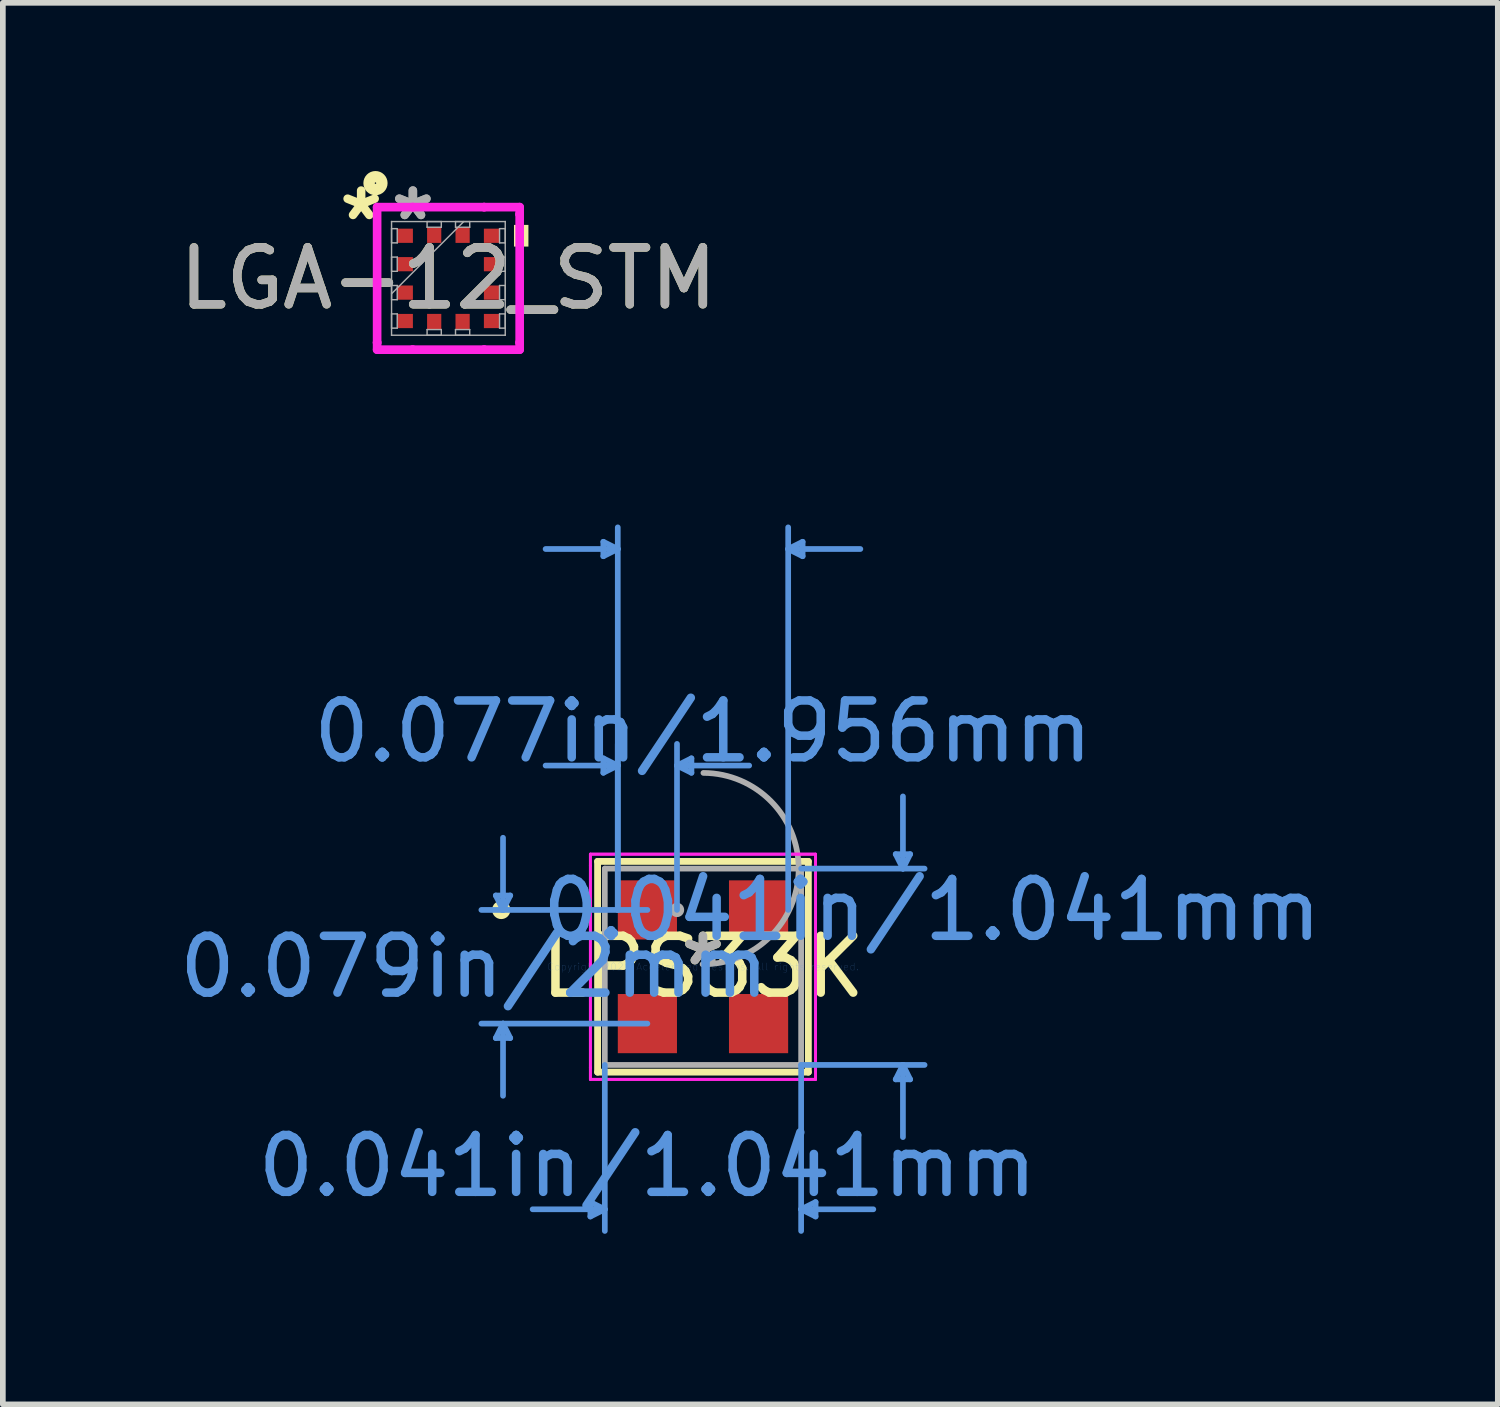
<source format=kicad_pcb>
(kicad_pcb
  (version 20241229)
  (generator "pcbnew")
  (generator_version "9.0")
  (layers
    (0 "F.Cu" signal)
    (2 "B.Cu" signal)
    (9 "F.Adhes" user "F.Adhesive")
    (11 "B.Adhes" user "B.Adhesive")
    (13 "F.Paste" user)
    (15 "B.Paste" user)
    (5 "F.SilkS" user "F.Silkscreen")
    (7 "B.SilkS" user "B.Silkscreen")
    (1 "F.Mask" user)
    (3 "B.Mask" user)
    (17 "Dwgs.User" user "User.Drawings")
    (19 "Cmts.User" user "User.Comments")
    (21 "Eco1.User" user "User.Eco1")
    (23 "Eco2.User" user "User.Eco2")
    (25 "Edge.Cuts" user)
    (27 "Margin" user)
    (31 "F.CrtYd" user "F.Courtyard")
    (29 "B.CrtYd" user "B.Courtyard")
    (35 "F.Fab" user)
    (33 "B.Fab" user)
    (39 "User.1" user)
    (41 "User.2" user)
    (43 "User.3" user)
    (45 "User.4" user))
  (footprint "LGA-12_STM"
    (layer "F.Cu")
    (at 4.839 1.848)
    (property "Reference" "LGA-12_STM" (at 0 0 0) (unlocked yes) (layer "F.SilkS") (effects (font (size 1 1) (thickness 0.15))))
    (attr smd)
    (fp_circle (center -1.283 -1.676) (end -1.283 -1.663) (stroke (width 0.2) (type solid)) (fill no) (layer "F.SilkS"))
    (fp_poly (pts (xy 1.408 -0.941) (xy 1.408 -0.56) (xy 1.154 -0.56) (xy 1.154 -0.941)) (stroke (width 0) (type solid)) (fill yes) (layer "F.SilkS"))
    (fp_line (start -1.254 -1.254) (end -0.629 -1.254) (stroke (width 0.152) (type solid)) (layer "F.CrtYd"))
    (fp_line (start -1.254 1.129) (end -1.254 -1.254) (stroke (width 0.152) (type solid)) (layer "F.CrtYd"))
    (fp_line (start -1.254 1.129) (end -1.254 1.129) (stroke (width 0.152) (type solid)) (layer "F.CrtYd"))
    (fp_line (start -1.254 1.254) (end -1.254 1.129) (stroke (width 0.152) (type solid)) (layer "F.CrtYd"))
    (fp_line (start -0.629 -1.254) (end -0.629 -1.254) (stroke (width 0.152) (type solid)) (layer "F.CrtYd"))
    (fp_line (start -0.629 -1.254) (end 0.629 -1.254) (stroke (width 0.152) (type solid)) (layer "F.CrtYd"))
    (fp_line (start -0.629 1.254) (end -1.254 1.254) (stroke (width 0.152) (type solid)) (layer "F.CrtYd"))
    (fp_line (start -0.629 1.254) (end -0.629 1.254) (stroke (width 0.152) (type solid)) (layer "F.CrtYd"))
    (fp_line (start 0.629 -1.254) (end 0.629 -1.254) (stroke (width 0.152) (type solid)) (layer "F.CrtYd"))
    (fp_line (start 0.629 -1.254) (end 1.254 -1.254) (stroke (width 0.152) (type solid)) (layer "F.CrtYd"))
    (fp_line (start 0.629 1.254) (end -0.629 1.254) (stroke (width 0.152) (type solid)) (layer "F.CrtYd"))
    (fp_line (start 0.629 1.254) (end 0.629 1.254) (stroke (width 0.152) (type solid)) (layer "F.CrtYd"))
    (fp_line (start 1.254 -1.254) (end 1.254 -1.129) (stroke (width 0.152) (type solid)) (layer "F.CrtYd"))
    (fp_line (start 1.254 -1.129) (end 1.254 -1.129) (stroke (width 0.152) (type solid)) (layer "F.CrtYd"))
    (fp_line (start 1.254 -1.129) (end 1.254 1.129) (stroke (width 0.152) (type solid)) (layer "F.CrtYd"))
    (fp_line (start 1.254 1.129) (end 1.254 1.129) (stroke (width 0.152) (type solid)) (layer "F.CrtYd"))
    (fp_line (start 1.254 1.129) (end 1.254 1.254) (stroke (width 0.152) (type solid)) (layer "F.CrtYd"))
    (fp_line (start 1.254 1.254) (end 0.629 1.254) (stroke (width 0.152) (type solid)) (layer "F.CrtYd"))
    (fp_line (start -1 -1) (end -1 -1) (stroke (width 0.025) (type solid)) (layer "F.Fab"))
    (fp_line (start -1 -1) (end -1 1) (stroke (width 0.025) (type solid)) (layer "F.Fab"))
    (fp_line (start -1 -0.875) (end -0.9 -0.875) (stroke (width 0.025) (type solid)) (layer "F.Fab"))
    (fp_line (start -1 -0.625) (end -1 -0.875) (stroke (width 0.025) (type solid)) (layer "F.Fab"))
    (fp_line (start -1 -0.375) (end -0.9 -0.375) (stroke (width 0.025) (type solid)) (layer "F.Fab"))
    (fp_line (start -1 -0.125) (end -1 -0.375) (stroke (width 0.025) (type solid)) (layer "F.Fab"))
    (fp_line (start -1 0.125) (end -0.9 0.125) (stroke (width 0.025) (type solid)) (layer "F.Fab"))
    (fp_line (start -1 0.27) (end 0.27 -1) (stroke (width 0.025) (type solid)) (layer "F.Fab"))
    (fp_line (start -1 0.375) (end -1 0.125) (stroke (width 0.025) (type solid)) (layer "F.Fab"))
    (fp_line (start -1 0.625) (end -0.9 0.625) (stroke (width 0.025) (type solid)) (layer "F.Fab"))
    (fp_line (start -1 0.875) (end -1 0.625) (stroke (width 0.025) (type solid)) (layer "F.Fab"))
    (fp_line (start -1 1) (end -1 1) (stroke (width 0.025) (type solid)) (layer "F.Fab"))
    (fp_line (start -1 1) (end 1 1) (stroke (width 0.025) (type solid)) (layer "F.Fab"))
    (fp_line (start -0.9 -0.875) (end -0.9 -0.625) (stroke (width 0.025) (type solid)) (layer "F.Fab"))
    (fp_line (start -0.9 -0.625) (end -1 -0.625) (stroke (width 0.025) (type solid)) (layer "F.Fab"))
    (fp_line (start -0.9 -0.375) (end -0.9 -0.125) (stroke (width 0.025) (type solid)) (layer "F.Fab"))
    (fp_line (start -0.9 -0.125) (end -1 -0.125) (stroke (width 0.025) (type solid)) (layer "F.Fab"))
    (fp_line (start -0.9 0.125) (end -0.9 0.375) (stroke (width 0.025) (type solid)) (layer "F.Fab"))
    (fp_line (start -0.9 0.375) (end -1 0.375) (stroke (width 0.025) (type solid)) (layer "F.Fab"))
    (fp_line (start -0.9 0.625) (end -0.9 0.875) (stroke (width 0.025) (type solid)) (layer "F.Fab"))
    (fp_line (start -0.9 0.875) (end -1 0.875) (stroke (width 0.025) (type solid)) (layer "F.Fab"))
    (fp_line (start -0.375 -1) (end -0.125 -1) (stroke (width 0.025) (type solid)) (layer "F.Fab"))
    (fp_line (start -0.375 -0.9) (end -0.375 -1) (stroke (width 0.025) (type solid)) (layer "F.Fab"))
    (fp_line (start -0.375 0.9) (end -0.125 0.9) (stroke (width 0.025) (type solid)) (layer "F.Fab"))
    (fp_line (start -0.375 1) (end -0.375 0.9) (stroke (width 0.025) (type solid)) (layer "F.Fab"))
    (fp_line (start -0.125 -1) (end -0.125 -0.9) (stroke (width 0.025) (type solid)) (layer "F.Fab"))
    (fp_line (start -0.125 -0.9) (end -0.375 -0.9) (stroke (width 0.025) (type solid)) (layer "F.Fab"))
    (fp_line (start -0.125 0.9) (end -0.125 1) (stroke (width 0.025) (type solid)) (layer "F.Fab"))
    (fp_line (start -0.125 1) (end -0.375 1) (stroke (width 0.025) (type solid)) (layer "F.Fab"))
    (fp_line (start 0.125 -1) (end 0.375 -1) (stroke (width 0.025) (type solid)) (layer "F.Fab"))
    (fp_line (start 0.125 -0.9) (end 0.125 -1) (stroke (width 0.025) (type solid)) (layer "F.Fab"))
    (fp_line (start 0.125 0.9) (end 0.375 0.9) (stroke (width 0.025) (type solid)) (layer "F.Fab"))
    (fp_line (start 0.125 1) (end 0.125 0.9) (stroke (width 0.025) (type solid)) (layer "F.Fab"))
    (fp_line (start 0.375 -1) (end 0.375 -0.9) (stroke (width 0.025) (type solid)) (layer "F.Fab"))
    (fp_line (start 0.375 -0.9) (end 0.125 -0.9) (stroke (width 0.025) (type solid)) (layer "F.Fab"))
    (fp_line (start 0.375 0.9) (end 0.375 1) (stroke (width 0.025) (type solid)) (layer "F.Fab"))
    (fp_line (start 0.375 1) (end 0.125 1) (stroke (width 0.025) (type solid)) (layer "F.Fab"))
    (fp_line (start 0.9 -0.875) (end 1 -0.875) (stroke (width 0.025) (type solid)) (layer "F.Fab"))
    (fp_line (start 0.9 -0.625) (end 0.9 -0.875) (stroke (width 0.025) (type solid)) (layer "F.Fab"))
    (fp_line (start 0.9 -0.375) (end 1 -0.375) (stroke (width 0.025) (type solid)) (layer "F.Fab"))
    (fp_line (start 0.9 -0.125) (end 0.9 -0.375) (stroke (width 0.025) (type solid)) (layer "F.Fab"))
    (fp_line (start 0.9 0.125) (end 1 0.125) (stroke (width 0.025) (type solid)) (layer "F.Fab"))
    (fp_line (start 0.9 0.375) (end 0.9 0.125) (stroke (width 0.025) (type solid)) (layer "F.Fab"))
    (fp_line (start 0.9 0.625) (end 1 0.625) (stroke (width 0.025) (type solid)) (layer "F.Fab"))
    (fp_line (start 0.9 0.875) (end 0.9 0.625) (stroke (width 0.025) (type solid)) (layer "F.Fab"))
    (fp_line (start 1 -1) (end -1 -1) (stroke (width 0.025) (type solid)) (layer "F.Fab"))
    (fp_line (start 1 -1) (end 1 -1) (stroke (width 0.025) (type solid)) (layer "F.Fab"))
    (fp_line (start 1 -0.875) (end 1 -0.625) (stroke (width 0.025) (type solid)) (layer "F.Fab"))
    (fp_line (start 1 -0.625) (end 0.9 -0.625) (stroke (width 0.025) (type solid)) (layer "F.Fab"))
    (fp_line (start 1 -0.375) (end 1 -0.125) (stroke (width 0.025) (type solid)) (layer "F.Fab"))
    (fp_line (start 1 -0.125) (end 0.9 -0.125) (stroke (width 0.025) (type solid)) (layer "F.Fab"))
    (fp_line (start 1 0.125) (end 1 0.375) (stroke (width 0.025) (type solid)) (layer "F.Fab"))
    (fp_line (start 1 0.375) (end 0.9 0.375) (stroke (width 0.025) (type solid)) (layer "F.Fab"))
    (fp_line (start 1 0.625) (end 1 0.875) (stroke (width 0.025) (type solid)) (layer "F.Fab"))
    (fp_line (start 1 0.875) (end 0.9 0.875) (stroke (width 0.025) (type solid)) (layer "F.Fab"))
    (fp_line (start 1 1) (end 1 -1) (stroke (width 0.025) (type solid)) (layer "F.Fab"))
    (fp_line (start 1 1) (end 1 1) (stroke (width 0.025) (type solid)) (layer "F.Fab"))
    (fp_text user "*" (at -1.535 -1 0) (layer "F.SilkS") (effects (font (size 1 1) (thickness 0.15))))
    (fp_text user "${REFERENCE}" (at 0 0 0) (unlocked yes) (layer "F.Fab") (effects (font (size 1 1) (thickness 0.15))))
    (fp_text user "*" (at -0.625 -1 0) (layer "F.Fab") (effects (font (size 1 1) (thickness 0.15))))
    (fp_text user "*" (at -0.625 -1 0) (unlocked yes) (layer "F.Fab") (effects (font (size 1 1) (thickness 0.15))))
    (pad "1" smd rect (at -0.762 -0.75 90) (size 0.25 0.275) (layers "F.Cu" "F.Mask" "F.Paste"))
    (pad "2" smd rect (at -0.762 -0.25 90) (size 0.25 0.275) (layers "F.Cu" "F.Mask" "F.Paste"))
    (pad "3" smd rect (at -0.762 0.25 90) (size 0.25 0.275) (layers "F.Cu" "F.Mask" "F.Paste"))
    (pad "4" smd rect (at -0.762 0.75 90) (size 0.25 0.275) (layers "F.Cu" "F.Mask" "F.Paste"))
    (pad "5" smd rect (at -0.25 0.762) (size 0.25 0.275) (layers "F.Cu" "F.Mask" "F.Paste"))
    (pad "6" smd rect (at 0.25 0.762) (size 0.25 0.275) (layers "F.Cu" "F.Mask" "F.Paste"))
    (pad "7" smd rect (at 0.762 0.75 90) (size 0.25 0.275) (layers "F.Cu" "F.Mask" "F.Paste"))
    (pad "8" smd rect (at 0.762 0.25 90) (size 0.25 0.275) (layers "F.Cu" "F.Mask" "F.Paste"))
    (pad "9" smd rect (at 0.762 -0.25 90) (size 0.25 0.275) (layers "F.Cu" "F.Mask" "F.Paste"))
    (pad "10" smd rect (at 0.762 -0.75 90) (size 0.25 0.275) (layers "F.Cu" "F.Mask" "F.Paste"))
    (pad "11" smd rect (at 0.25 -0.762) (size 0.25 0.275) (layers "F.Cu" "F.Mask" "F.Paste"))
    (pad "12" smd rect (at -0.25 -0.762) (size 0.25 0.275) (layers "F.Cu" "F.Mask" "F.Paste")))
  (footprint "LPS33K"
    (layer "F.Cu")
    (at 9.318 13.959)
    (property "Reference" "LPS33K" (at 0 0 0) (layer "F.SilkS") (effects (font (size 1 1) (thickness 0.15))))
    (attr through_hole)
    (fp_line (start -1.854 -1.854) (end -1.854 1.854) (stroke (width 0.12) (type solid)) (layer "F.SilkS"))
    (fp_line (start -1.854 1.854) (end 1.854 1.854) (stroke (width 0.12) (type solid)) (layer "F.SilkS"))
    (fp_line (start 1.854 -1.854) (end -1.854 -1.854) (stroke (width 0.12) (type solid)) (layer "F.SilkS"))
    (fp_line (start 1.854 1.854) (end 1.854 -1.854) (stroke (width 0.12) (type solid)) (layer "F.SilkS"))
    (fp_circle (center -3.549 -1) (end -3.448 -1) (stroke (width 0.12) (type solid)) (fill no) (layer "F.SilkS"))
    (fp_line (start -3.645 -1.254) (end -3.391 -1.254) (stroke (width 0.1) (type solid)) (layer "Cmts.User"))
    (fp_line (start -3.645 1.254) (end -3.391 1.254) (stroke (width 0.1) (type solid)) (layer "Cmts.User"))
    (fp_line (start -3.518 -1) (end -3.645 -1.254) (stroke (width 0.1) (type solid)) (layer "Cmts.User"))
    (fp_line (start -3.518 -1) (end -3.518 -2.27) (stroke (width 0.1) (type solid)) (layer "Cmts.User"))
    (fp_line (start -3.518 -1) (end -3.391 -1.254) (stroke (width 0.1) (type solid)) (layer "Cmts.User"))
    (fp_line (start -3.518 1) (end -3.645 1.254) (stroke (width 0.1) (type solid)) (layer "Cmts.User"))
    (fp_line (start -3.518 1) (end -3.518 2.27) (stroke (width 0.1) (type solid)) (layer "Cmts.User"))
    (fp_line (start -3.518 1) (end -3.391 1.254) (stroke (width 0.1) (type solid)) (layer "Cmts.User"))
    (fp_line (start -1.981 4.14) (end -1.981 4.394) (stroke (width 0.1) (type solid)) (layer "Cmts.User"))
    (fp_line (start -1.753 -7.477) (end -1.753 -7.223) (stroke (width 0.1) (type solid)) (layer "Cmts.User"))
    (fp_line (start -1.753 -3.667) (end -1.753 -3.413) (stroke (width 0.1) (type solid)) (layer "Cmts.User"))
    (fp_line (start -1.727 1.727) (end -1.727 4.648) (stroke (width 0.1) (type solid)) (layer "Cmts.User"))
    (fp_line (start -1.727 4.267) (end -2.997 4.267) (stroke (width 0.1) (type solid)) (layer "Cmts.User"))
    (fp_line (start -1.727 4.267) (end -1.981 4.14) (stroke (width 0.1) (type solid)) (layer "Cmts.User"))
    (fp_line (start -1.727 4.267) (end -1.981 4.394) (stroke (width 0.1) (type solid)) (layer "Cmts.User"))
    (fp_line (start -1.499 -7.35) (end -2.769 -7.35) (stroke (width 0.1) (type solid)) (layer "Cmts.User"))
    (fp_line (start -1.499 -7.35) (end -1.753 -7.477) (stroke (width 0.1) (type solid)) (layer "Cmts.User"))
    (fp_line (start -1.499 -7.35) (end -1.753 -7.223) (stroke (width 0.1) (type solid)) (layer "Cmts.User"))
    (fp_line (start -1.499 -3.54) (end -2.769 -3.54) (stroke (width 0.1) (type solid)) (layer "Cmts.User"))
    (fp_line (start -1.499 -3.54) (end -1.753 -3.667) (stroke (width 0.1) (type solid)) (layer "Cmts.User"))
    (fp_line (start -1.499 -3.54) (end -1.753 -3.413) (stroke (width 0.1) (type solid)) (layer "Cmts.User"))
    (fp_line (start -1.499 -1) (end -1.499 -7.731) (stroke (width 0.1) (type solid)) (layer "Cmts.User"))
    (fp_line (start -1.499 -1) (end -1.499 -3.921) (stroke (width 0.1) (type solid)) (layer "Cmts.User"))
    (fp_line (start -0.978 -1) (end -3.899 -1) (stroke (width 0.1) (type solid)) (layer "Cmts.User"))
    (fp_line (start -0.978 1) (end -3.899 1) (stroke (width 0.1) (type solid)) (layer "Cmts.User"))
    (fp_line (start -0.457 -3.54) (end -0.203 -3.667) (stroke (width 0.1) (type solid)) (layer "Cmts.User"))
    (fp_line (start -0.457 -3.54) (end -0.203 -3.413) (stroke (width 0.1) (type solid)) (layer "Cmts.User"))
    (fp_line (start -0.457 -3.54) (end 0.813 -3.54) (stroke (width 0.1) (type solid)) (layer "Cmts.User"))
    (fp_line (start -0.457 -1) (end -0.457 -3.921) (stroke (width 0.1) (type solid)) (layer "Cmts.User"))
    (fp_line (start -0.203 -3.667) (end -0.203 -3.413) (stroke (width 0.1) (type solid)) (layer "Cmts.User"))
    (fp_line (start 1.499 -7.35) (end 1.753 -7.477) (stroke (width 0.1) (type solid)) (layer "Cmts.User"))
    (fp_line (start 1.499 -7.35) (end 1.753 -7.223) (stroke (width 0.1) (type solid)) (layer "Cmts.User"))
    (fp_line (start 1.499 -7.35) (end 2.769 -7.35) (stroke (width 0.1) (type solid)) (layer "Cmts.User"))
    (fp_line (start 1.499 -1) (end 1.499 -7.731) (stroke (width 0.1) (type solid)) (layer "Cmts.User"))
    (fp_line (start 1.727 -1.727) (end 3.899 -1.727) (stroke (width 0.1) (type solid)) (layer "Cmts.User"))
    (fp_line (start 1.727 1.727) (end 1.727 4.648) (stroke (width 0.1) (type solid)) (layer "Cmts.User"))
    (fp_line (start 1.727 1.727) (end 3.899 1.727) (stroke (width 0.1) (type solid)) (layer "Cmts.User"))
    (fp_line (start 1.727 4.267) (end 1.981 4.14) (stroke (width 0.1) (type solid)) (layer "Cmts.User"))
    (fp_line (start 1.727 4.267) (end 1.981 4.394) (stroke (width 0.1) (type solid)) (layer "Cmts.User"))
    (fp_line (start 1.727 4.267) (end 2.997 4.267) (stroke (width 0.1) (type solid)) (layer "Cmts.User"))
    (fp_line (start 1.753 -7.477) (end 1.753 -7.223) (stroke (width 0.1) (type solid)) (layer "Cmts.User"))
    (fp_line (start 1.981 4.14) (end 1.981 4.394) (stroke (width 0.1) (type solid)) (layer "Cmts.User"))
    (fp_line (start 3.391 -1.981) (end 3.645 -1.981) (stroke (width 0.1) (type solid)) (layer "Cmts.User"))
    (fp_line (start 3.391 1.981) (end 3.645 1.981) (stroke (width 0.1) (type solid)) (layer "Cmts.User"))
    (fp_line (start 3.518 -1.727) (end 3.391 -1.981) (stroke (width 0.1) (type solid)) (layer "Cmts.User"))
    (fp_line (start 3.518 -1.727) (end 3.518 -2.997) (stroke (width 0.1) (type solid)) (layer "Cmts.User"))
    (fp_line (start 3.518 -1.727) (end 3.645 -1.981) (stroke (width 0.1) (type solid)) (layer "Cmts.User"))
    (fp_line (start 3.518 1.727) (end 3.391 1.981) (stroke (width 0.1) (type solid)) (layer "Cmts.User"))
    (fp_line (start 3.518 1.727) (end 3.518 2.997) (stroke (width 0.1) (type solid)) (layer "Cmts.User"))
    (fp_line (start 3.518 1.727) (end 3.645 1.981) (stroke (width 0.1) (type solid)) (layer "Cmts.User"))
    (fp_line (start -1.981 -1.981) (end 1.981 -1.981) (stroke (width 0.05) (type solid)) (layer "F.CrtYd"))
    (fp_line (start -1.981 -1.981) (end 1.981 -1.981) (stroke (width 0.05) (type solid)) (layer "F.CrtYd"))
    (fp_line (start -1.981 -1.775) (end -1.981 -1.981) (stroke (width 0.05) (type solid)) (layer "F.CrtYd"))
    (fp_line (start -1.981 -1.775) (end -1.981 -1.981) (stroke (width 0.05) (type solid)) (layer "F.CrtYd"))
    (fp_line (start -1.981 -1.775) (end -1.981 -1.775) (stroke (width 0.05) (type solid)) (layer "F.CrtYd"))
    (fp_line (start -1.981 -1.775) (end -1.981 -1.775) (stroke (width 0.05) (type solid)) (layer "F.CrtYd"))
    (fp_line (start -1.981 1.775) (end -1.981 -1.775) (stroke (width 0.05) (type solid)) (layer "F.CrtYd"))
    (fp_line (start -1.981 1.775) (end -1.981 -1.775) (stroke (width 0.05) (type solid)) (layer "F.CrtYd"))
    (fp_line (start -1.981 1.775) (end -1.981 1.775) (stroke (width 0.05) (type solid)) (layer "F.CrtYd"))
    (fp_line (start -1.981 1.775) (end -1.981 1.775) (stroke (width 0.05) (type solid)) (layer "F.CrtYd"))
    (fp_line (start -1.981 1.981) (end -1.981 1.775) (stroke (width 0.05) (type solid)) (layer "F.CrtYd"))
    (fp_line (start -1.981 1.981) (end -1.981 1.775) (stroke (width 0.05) (type solid)) (layer "F.CrtYd"))
    (fp_line (start 1.981 -1.981) (end 1.981 -1.775) (stroke (width 0.05) (type solid)) (layer "F.CrtYd"))
    (fp_line (start 1.981 -1.981) (end 1.981 -1.775) (stroke (width 0.05) (type solid)) (layer "F.CrtYd"))
    (fp_line (start 1.981 -1.775) (end 1.981 -1.775) (stroke (width 0.05) (type solid)) (layer "F.CrtYd"))
    (fp_line (start 1.981 -1.775) (end 1.981 -1.775) (stroke (width 0.05) (type solid)) (layer "F.CrtYd"))
    (fp_line (start 1.981 -1.775) (end 1.981 1.775) (stroke (width 0.05) (type solid)) (layer "F.CrtYd"))
    (fp_line (start 1.981 -1.775) (end 1.981 1.775) (stroke (width 0.05) (type solid)) (layer "F.CrtYd"))
    (fp_line (start 1.981 1.775) (end 1.981 1.775) (stroke (width 0.05) (type solid)) (layer "F.CrtYd"))
    (fp_line (start 1.981 1.775) (end 1.981 1.775) (stroke (width 0.05) (type solid)) (layer "F.CrtYd"))
    (fp_line (start 1.981 1.775) (end 1.981 1.981) (stroke (width 0.05) (type solid)) (layer "F.CrtYd"))
    (fp_line (start 1.981 1.775) (end 1.981 1.981) (stroke (width 0.05) (type solid)) (layer "F.CrtYd"))
    (fp_line (start 1.981 1.981) (end -1.981 1.981) (stroke (width 0.05) (type solid)) (layer "F.CrtYd"))
    (fp_line (start 1.981 1.981) (end -1.981 1.981) (stroke (width 0.05) (type solid)) (layer "F.CrtYd"))
    (fp_line (start -1.727 -1.727) (end -1.727 1.727) (stroke (width 0.1) (type solid)) (layer "F.Fab"))
    (fp_line (start -1.727 1.727) (end 1.727 1.727) (stroke (width 0.1) (type solid)) (layer "F.Fab"))
    (fp_line (start 1.727 -1.727) (end -1.727 -1.727) (stroke (width 0.1) (type solid)) (layer "F.Fab"))
    (fp_line (start 1.727 1.727) (end 1.727 -1.727) (stroke (width 0.1) (type solid)) (layer "F.Fab"))
    (fp_arc (start 0.007742 -3.410529) (mid 1.683329 -1.719458) (end -0.007742 -0.043871) (stroke (width 0.1) (type solid)) (layer "F.Fab"))
    (fp_circle (center -0.457 -1) (end -0.381 -1) (stroke (width 0.1) (type solid)) (fill no) (layer "F.Fab"))
    (fp_text user "*" (at 0 0 0) (layer "F.SilkS") (effects (font (size 1 1) (thickness 0.15))))
    (fp_text user "0.041in/1.041mm" (at -0.978 3.505 0) (layer "Cmts.User") (effects (font (size 1 1) (thickness 0.15))))
    (fp_text user "0.041in/1.041mm" (at 4.026 -1 0) (layer "Cmts.User") (effects (font (size 1 1) (thickness 0.15))))
    (fp_text user "Copyright 2021 Accelerated Designs. All rights reserved." (at 0 0 0) (layer "Cmts.User") (effects (font (size 0.127 0.127) (thickness 0.002))))
    (fp_text user "0.079in/2mm" (at -4.026 0 0) (layer "Cmts.User") (effects (font (size 1 1) (thickness 0.15))))
    (fp_text user "0.077in/1.956mm" (at 0 -4.14 0) (layer "Cmts.User") (effects (font (size 1 1) (thickness 0.15))))
    (fp_text user "*" (at 0 0 0) (layer "F.Fab") (effects (font (size 1 1) (thickness 0.15))))
    (pad "1" smd rect (at -0.978 -1) (size 1.041 1.041) (layers "F.Cu" "F.Mask" "F.Paste"))
    (pad "2" smd rect (at -0.978 1) (size 1.041 1.041) (layers "F.Cu" "F.Mask" "F.Paste"))
    (pad "3" smd rect (at 0.978 1) (size 1.041 1.041) (layers "F.Cu" "F.Mask" "F.Paste"))
    (pad "4" smd rect (at 0.978 -1) (size 1.041 1.041) (layers "F.Cu" "F.Mask" "F.Paste")))
  (gr_rect
    (start -3 -3)
    (end 23.302 21.658)
    (stroke (width 0.1) (type default))
    (fill no)
    (layer "Edge.Cuts")))
</source>
